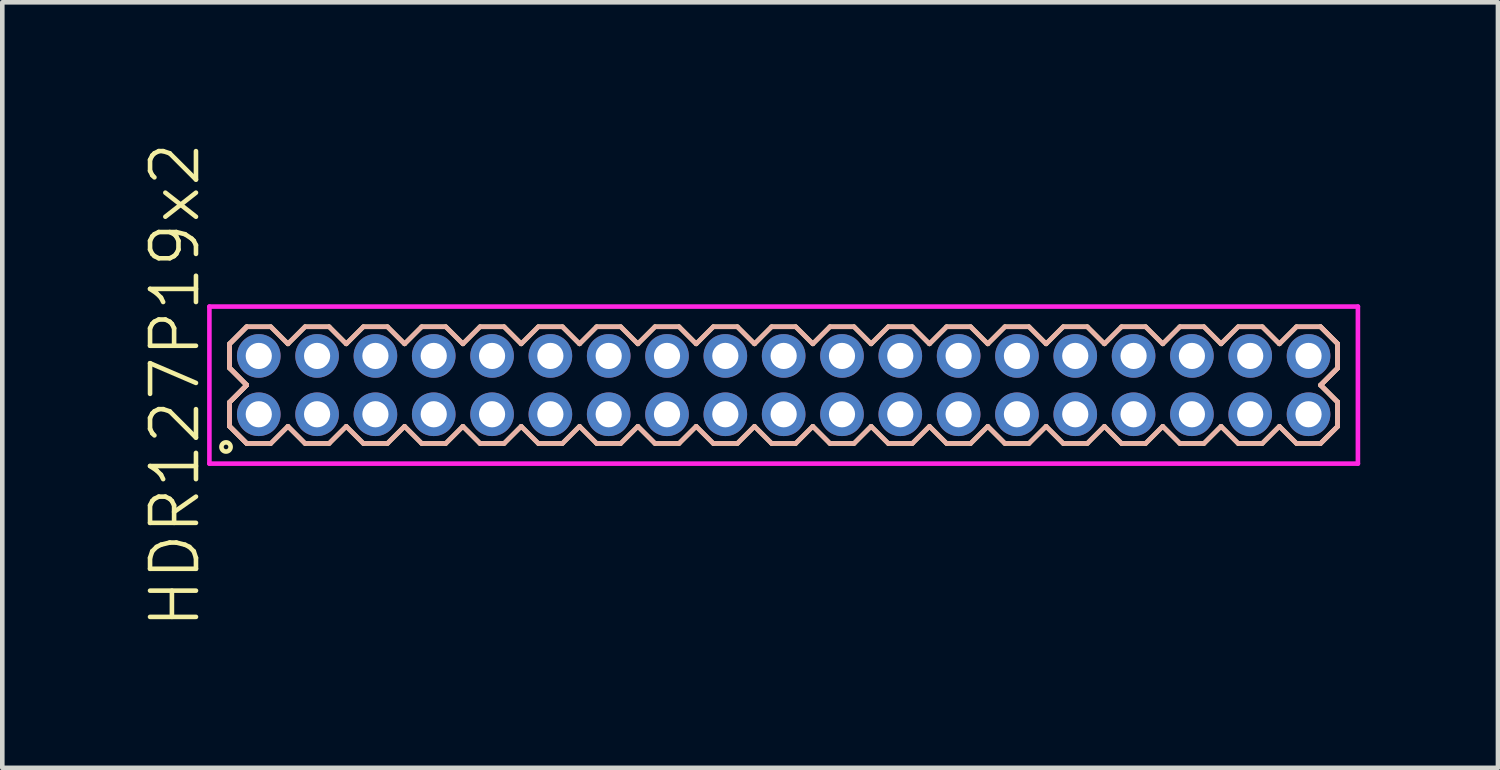
<source format=kicad_pcb>
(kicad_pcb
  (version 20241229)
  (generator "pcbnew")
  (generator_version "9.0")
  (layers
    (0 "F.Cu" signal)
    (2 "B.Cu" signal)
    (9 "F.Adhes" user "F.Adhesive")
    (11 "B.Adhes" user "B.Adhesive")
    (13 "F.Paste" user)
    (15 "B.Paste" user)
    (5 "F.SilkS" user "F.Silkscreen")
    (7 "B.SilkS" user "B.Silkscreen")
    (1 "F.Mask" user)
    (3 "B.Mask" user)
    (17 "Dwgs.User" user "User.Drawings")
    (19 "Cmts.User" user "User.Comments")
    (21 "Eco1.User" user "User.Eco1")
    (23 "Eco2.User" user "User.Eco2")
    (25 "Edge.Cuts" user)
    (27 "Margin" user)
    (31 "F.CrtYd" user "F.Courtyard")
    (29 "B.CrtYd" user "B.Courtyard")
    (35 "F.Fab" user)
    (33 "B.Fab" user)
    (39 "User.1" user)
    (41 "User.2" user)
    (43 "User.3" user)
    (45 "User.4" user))
  (footprint "HDR127P19x2"
    (layer "F.Cu")
    (at 14.015 5.336)
    (property "Reference" "HDR127P19x2" (at -13.255 0 90) (layer "F.SilkS") (effects (font (size 1 1) (thickness 0.1))))
    (attr through_hole)
    (fp_line (start -12.065 -0.898) (end -11.693 -1.27) (stroke (width 0.1) (type solid)) (layer "F.SilkS"))
    (fp_line (start -12.065 -0.898) (end -11.693 -1.27) (stroke (width 0.1) (type solid)) (layer "F.SilkS"))
    (fp_line (start -12.065 -0.372) (end -12.065 -0.898) (stroke (width 0.1) (type solid)) (layer "F.SilkS"))
    (fp_line (start -12.065 -0.372) (end -12.065 -0.898) (stroke (width 0.1) (type solid)) (layer "F.SilkS"))
    (fp_line (start -12.065 0.372) (end -11.693 0) (stroke (width 0.1) (type solid)) (layer "F.SilkS"))
    (fp_line (start -12.065 0.372) (end -11.693 0) (stroke (width 0.1) (type solid)) (layer "F.SilkS"))
    (fp_line (start -12.065 0.898) (end -12.065 0.372) (stroke (width 0.1) (type solid)) (layer "F.SilkS"))
    (fp_line (start -12.065 0.898) (end -12.065 0.372) (stroke (width 0.1) (type solid)) (layer "F.SilkS"))
    (fp_line (start -11.693 -1.27) (end -11.167 -1.27) (stroke (width 0.1) (type solid)) (layer "F.SilkS"))
    (fp_line (start -11.693 0) (end -12.065 -0.372) (stroke (width 0.1) (type solid)) (layer "F.SilkS"))
    (fp_line (start -11.693 0) (end -12.065 -0.372) (stroke (width 0.1) (type solid)) (layer "F.SilkS"))
    (fp_line (start -11.693 1.27) (end -12.065 0.898) (stroke (width 0.1) (type solid)) (layer "F.SilkS"))
    (fp_line (start -11.693 1.27) (end -12.065 0.898) (stroke (width 0.1) (type solid)) (layer "F.SilkS"))
    (fp_line (start -11.167 -1.27) (end -10.795 -0.898) (stroke (width 0.1) (type solid)) (layer "F.SilkS"))
    (fp_line (start -11.167 1.27) (end -11.693 1.27) (stroke (width 0.1) (type solid)) (layer "F.SilkS"))
    (fp_line (start -10.795 -0.898) (end -10.423 -1.27) (stroke (width 0.1) (type solid)) (layer "F.SilkS"))
    (fp_line (start -10.795 0.898) (end -11.167 1.27) (stroke (width 0.1) (type solid)) (layer "F.SilkS"))
    (fp_line (start -10.423 -1.27) (end -9.897 -1.27) (stroke (width 0.1) (type solid)) (layer "F.SilkS"))
    (fp_line (start -10.423 1.27) (end -10.795 0.898) (stroke (width 0.1) (type solid)) (layer "F.SilkS"))
    (fp_line (start -9.897 -1.27) (end -9.525 -0.898) (stroke (width 0.1) (type solid)) (layer "F.SilkS"))
    (fp_line (start -9.897 1.27) (end -10.423 1.27) (stroke (width 0.1) (type solid)) (layer "F.SilkS"))
    (fp_line (start -9.525 -0.898) (end -9.153 -1.27) (stroke (width 0.1) (type solid)) (layer "F.SilkS"))
    (fp_line (start -9.525 0.898) (end -9.897 1.27) (stroke (width 0.1) (type solid)) (layer "F.SilkS"))
    (fp_line (start -9.153 -1.27) (end -8.627 -1.27) (stroke (width 0.1) (type solid)) (layer "F.SilkS"))
    (fp_line (start -9.153 1.27) (end -9.525 0.898) (stroke (width 0.1) (type solid)) (layer "F.SilkS"))
    (fp_line (start -8.627 -1.27) (end -8.255 -0.898) (stroke (width 0.1) (type solid)) (layer "F.SilkS"))
    (fp_line (start -8.627 1.27) (end -9.153 1.27) (stroke (width 0.1) (type solid)) (layer "F.SilkS"))
    (fp_line (start -8.255 -0.898) (end -7.883 -1.27) (stroke (width 0.1) (type solid)) (layer "F.SilkS"))
    (fp_line (start -8.255 0.898) (end -8.627 1.27) (stroke (width 0.1) (type solid)) (layer "F.SilkS"))
    (fp_line (start -7.883 -1.27) (end -7.357 -1.27) (stroke (width 0.1) (type solid)) (layer "F.SilkS"))
    (fp_line (start -7.883 1.27) (end -8.255 0.898) (stroke (width 0.1) (type solid)) (layer "F.SilkS"))
    (fp_line (start -7.357 -1.27) (end -6.985 -0.898) (stroke (width 0.1) (type solid)) (layer "F.SilkS"))
    (fp_line (start -7.357 1.27) (end -7.883 1.27) (stroke (width 0.1) (type solid)) (layer "F.SilkS"))
    (fp_line (start -6.985 -0.898) (end -6.613 -1.27) (stroke (width 0.1) (type solid)) (layer "F.SilkS"))
    (fp_line (start -6.985 0.898) (end -7.357 1.27) (stroke (width 0.1) (type solid)) (layer "F.SilkS"))
    (fp_line (start -6.613 -1.27) (end -6.087 -1.27) (stroke (width 0.1) (type solid)) (layer "F.SilkS"))
    (fp_line (start -6.613 1.27) (end -6.985 0.898) (stroke (width 0.1) (type solid)) (layer "F.SilkS"))
    (fp_line (start -6.087 -1.27) (end -5.715 -0.898) (stroke (width 0.1) (type solid)) (layer "F.SilkS"))
    (fp_line (start -6.087 1.27) (end -6.613 1.27) (stroke (width 0.1) (type solid)) (layer "F.SilkS"))
    (fp_line (start -5.715 -0.898) (end -5.343 -1.27) (stroke (width 0.1) (type solid)) (layer "F.SilkS"))
    (fp_line (start -5.715 0.898) (end -6.087 1.27) (stroke (width 0.1) (type solid)) (layer "F.SilkS"))
    (fp_line (start -5.343 -1.27) (end -4.817 -1.27) (stroke (width 0.1) (type solid)) (layer "F.SilkS"))
    (fp_line (start -5.343 1.27) (end -5.715 0.898) (stroke (width 0.1) (type solid)) (layer "F.SilkS"))
    (fp_line (start -4.817 -1.27) (end -4.445 -0.898) (stroke (width 0.1) (type solid)) (layer "F.SilkS"))
    (fp_line (start -4.817 1.27) (end -5.343 1.27) (stroke (width 0.1) (type solid)) (layer "F.SilkS"))
    (fp_line (start -4.445 -0.898) (end -4.073 -1.27) (stroke (width 0.1) (type solid)) (layer "F.SilkS"))
    (fp_line (start -4.445 0.898) (end -4.817 1.27) (stroke (width 0.1) (type solid)) (layer "F.SilkS"))
    (fp_line (start -4.073 -1.27) (end -3.547 -1.27) (stroke (width 0.1) (type solid)) (layer "F.SilkS"))
    (fp_line (start -4.073 1.27) (end -4.445 0.898) (stroke (width 0.1) (type solid)) (layer "F.SilkS"))
    (fp_line (start -3.547 -1.27) (end -3.175 -0.898) (stroke (width 0.1) (type solid)) (layer "F.SilkS"))
    (fp_line (start -3.547 1.27) (end -4.073 1.27) (stroke (width 0.1) (type solid)) (layer "F.SilkS"))
    (fp_line (start -3.175 -0.898) (end -2.803 -1.27) (stroke (width 0.1) (type solid)) (layer "F.SilkS"))
    (fp_line (start -3.175 0.898) (end -3.547 1.27) (stroke (width 0.1) (type solid)) (layer "F.SilkS"))
    (fp_line (start -2.803 -1.27) (end -2.277 -1.27) (stroke (width 0.1) (type solid)) (layer "F.SilkS"))
    (fp_line (start -2.803 1.27) (end -3.175 0.898) (stroke (width 0.1) (type solid)) (layer "F.SilkS"))
    (fp_line (start -2.277 -1.27) (end -1.905 -0.898) (stroke (width 0.1) (type solid)) (layer "F.SilkS"))
    (fp_line (start -2.277 1.27) (end -2.803 1.27) (stroke (width 0.1) (type solid)) (layer "F.SilkS"))
    (fp_line (start -1.905 -0.898) (end -1.533 -1.27) (stroke (width 0.1) (type solid)) (layer "F.SilkS"))
    (fp_line (start -1.905 0.898) (end -2.277 1.27) (stroke (width 0.1) (type solid)) (layer "F.SilkS"))
    (fp_line (start -1.533 -1.27) (end -1.007 -1.27) (stroke (width 0.1) (type solid)) (layer "F.SilkS"))
    (fp_line (start -1.533 1.27) (end -1.905 0.898) (stroke (width 0.1) (type solid)) (layer "F.SilkS"))
    (fp_line (start -1.007 -1.27) (end -0.635 -0.898) (stroke (width 0.1) (type solid)) (layer "F.SilkS"))
    (fp_line (start -1.007 1.27) (end -1.533 1.27) (stroke (width 0.1) (type solid)) (layer "F.SilkS"))
    (fp_line (start -0.635 -0.898) (end -0.263 -1.27) (stroke (width 0.1) (type solid)) (layer "F.SilkS"))
    (fp_line (start -0.635 0.898) (end -1.007 1.27) (stroke (width 0.1) (type solid)) (layer "F.SilkS"))
    (fp_line (start -0.263 -1.27) (end 0.263 -1.27) (stroke (width 0.1) (type solid)) (layer "F.SilkS"))
    (fp_line (start -0.263 1.27) (end -0.635 0.898) (stroke (width 0.1) (type solid)) (layer "F.SilkS"))
    (fp_line (start 0.263 -1.27) (end 0.635 -0.898) (stroke (width 0.1) (type solid)) (layer "F.SilkS"))
    (fp_line (start 0.263 1.27) (end -0.263 1.27) (stroke (width 0.1) (type solid)) (layer "F.SilkS"))
    (fp_line (start 0.635 -0.898) (end 1.007 -1.27) (stroke (width 0.1) (type solid)) (layer "F.SilkS"))
    (fp_line (start 0.635 0.898) (end 0.263 1.27) (stroke (width 0.1) (type solid)) (layer "F.SilkS"))
    (fp_line (start 1.007 -1.27) (end 1.533 -1.27) (stroke (width 0.1) (type solid)) (layer "F.SilkS"))
    (fp_line (start 1.007 1.27) (end 0.635 0.898) (stroke (width 0.1) (type solid)) (layer "F.SilkS"))
    (fp_line (start 1.533 -1.27) (end 1.905 -0.898) (stroke (width 0.1) (type solid)) (layer "F.SilkS"))
    (fp_line (start 1.533 1.27) (end 1.007 1.27) (stroke (width 0.1) (type solid)) (layer "F.SilkS"))
    (fp_line (start 1.905 -0.898) (end 2.277 -1.27) (stroke (width 0.1) (type solid)) (layer "F.SilkS"))
    (fp_line (start 1.905 0.898) (end 1.533 1.27) (stroke (width 0.1) (type solid)) (layer "F.SilkS"))
    (fp_line (start 2.277 -1.27) (end 2.803 -1.27) (stroke (width 0.1) (type solid)) (layer "F.SilkS"))
    (fp_line (start 2.277 1.27) (end 1.905 0.898) (stroke (width 0.1) (type solid)) (layer "F.SilkS"))
    (fp_line (start 2.803 -1.27) (end 3.175 -0.898) (stroke (width 0.1) (type solid)) (layer "F.SilkS"))
    (fp_line (start 2.803 1.27) (end 2.277 1.27) (stroke (width 0.1) (type solid)) (layer "F.SilkS"))
    (fp_line (start 3.175 -0.898) (end 3.547 -1.27) (stroke (width 0.1) (type solid)) (layer "F.SilkS"))
    (fp_line (start 3.175 0.898) (end 2.803 1.27) (stroke (width 0.1) (type solid)) (layer "F.SilkS"))
    (fp_line (start 3.547 -1.27) (end 4.073 -1.27) (stroke (width 0.1) (type solid)) (layer "F.SilkS"))
    (fp_line (start 3.547 1.27) (end 3.175 0.898) (stroke (width 0.1) (type solid)) (layer "F.SilkS"))
    (fp_line (start 4.073 -1.27) (end 4.445 -0.898) (stroke (width 0.1) (type solid)) (layer "F.SilkS"))
    (fp_line (start 4.073 1.27) (end 3.547 1.27) (stroke (width 0.1) (type solid)) (layer "F.SilkS"))
    (fp_line (start 4.445 -0.898) (end 4.817 -1.27) (stroke (width 0.1) (type solid)) (layer "F.SilkS"))
    (fp_line (start 4.445 0.898) (end 4.073 1.27) (stroke (width 0.1) (type solid)) (layer "F.SilkS"))
    (fp_line (start 4.817 -1.27) (end 5.343 -1.27) (stroke (width 0.1) (type solid)) (layer "F.SilkS"))
    (fp_line (start 4.817 1.27) (end 4.445 0.898) (stroke (width 0.1) (type solid)) (layer "F.SilkS"))
    (fp_line (start 5.343 -1.27) (end 5.715 -0.898) (stroke (width 0.1) (type solid)) (layer "F.SilkS"))
    (fp_line (start 5.343 1.27) (end 4.817 1.27) (stroke (width 0.1) (type solid)) (layer "F.SilkS"))
    (fp_line (start 5.715 -0.898) (end 6.087 -1.27) (stroke (width 0.1) (type solid)) (layer "F.SilkS"))
    (fp_line (start 5.715 0.898) (end 5.343 1.27) (stroke (width 0.1) (type solid)) (layer "F.SilkS"))
    (fp_line (start 6.087 -1.27) (end 6.613 -1.27) (stroke (width 0.1) (type solid)) (layer "F.SilkS"))
    (fp_line (start 6.087 1.27) (end 5.715 0.898) (stroke (width 0.1) (type solid)) (layer "F.SilkS"))
    (fp_line (start 6.613 -1.27) (end 6.985 -0.898) (stroke (width 0.1) (type solid)) (layer "F.SilkS"))
    (fp_line (start 6.613 1.27) (end 6.087 1.27) (stroke (width 0.1) (type solid)) (layer "F.SilkS"))
    (fp_line (start 6.985 -0.898) (end 7.357 -1.27) (stroke (width 0.1) (type solid)) (layer "F.SilkS"))
    (fp_line (start 6.985 0.898) (end 6.613 1.27) (stroke (width 0.1) (type solid)) (layer "F.SilkS"))
    (fp_line (start 7.357 -1.27) (end 7.883 -1.27) (stroke (width 0.1) (type solid)) (layer "F.SilkS"))
    (fp_line (start 7.357 1.27) (end 6.985 0.898) (stroke (width 0.1) (type solid)) (layer "F.SilkS"))
    (fp_line (start 7.883 -1.27) (end 8.255 -0.898) (stroke (width 0.1) (type solid)) (layer "F.SilkS"))
    (fp_line (start 7.883 1.27) (end 7.357 1.27) (stroke (width 0.1) (type solid)) (layer "F.SilkS"))
    (fp_line (start 8.255 -0.898) (end 8.627 -1.27) (stroke (width 0.1) (type solid)) (layer "F.SilkS"))
    (fp_line (start 8.255 0.898) (end 7.883 1.27) (stroke (width 0.1) (type solid)) (layer "F.SilkS"))
    (fp_line (start 8.627 -1.27) (end 9.153 -1.27) (stroke (width 0.1) (type solid)) (layer "F.SilkS"))
    (fp_line (start 8.627 1.27) (end 8.255 0.898) (stroke (width 0.1) (type solid)) (layer "F.SilkS"))
    (fp_line (start 9.153 -1.27) (end 9.525 -0.898) (stroke (width 0.1) (type solid)) (layer "F.SilkS"))
    (fp_line (start 9.153 1.27) (end 8.627 1.27) (stroke (width 0.1) (type solid)) (layer "F.SilkS"))
    (fp_line (start 9.525 -0.898) (end 9.897 -1.27) (stroke (width 0.1) (type solid)) (layer "F.SilkS"))
    (fp_line (start 9.525 0.898) (end 9.153 1.27) (stroke (width 0.1) (type solid)) (layer "F.SilkS"))
    (fp_line (start 9.897 -1.27) (end 10.423 -1.27) (stroke (width 0.1) (type solid)) (layer "F.SilkS"))
    (fp_line (start 9.897 1.27) (end 9.525 0.898) (stroke (width 0.1) (type solid)) (layer "F.SilkS"))
    (fp_line (start 10.423 -1.27) (end 10.795 -0.898) (stroke (width 0.1) (type solid)) (layer "F.SilkS"))
    (fp_line (start 10.423 1.27) (end 9.897 1.27) (stroke (width 0.1) (type solid)) (layer "F.SilkS"))
    (fp_line (start 10.795 -0.898) (end 11.167 -1.27) (stroke (width 0.1) (type solid)) (layer "F.SilkS"))
    (fp_line (start 10.795 0.898) (end 10.423 1.27) (stroke (width 0.1) (type solid)) (layer "F.SilkS"))
    (fp_line (start 11.167 -1.27) (end 11.693 -1.27) (stroke (width 0.1) (type solid)) (layer "F.SilkS"))
    (fp_line (start 11.167 1.27) (end 10.795 0.898) (stroke (width 0.1) (type solid)) (layer "F.SilkS"))
    (fp_line (start 11.693 -1.27) (end 12.065 -0.898) (stroke (width 0.1) (type solid)) (layer "F.SilkS"))
    (fp_line (start 11.693 -1.27) (end 12.065 -0.898) (stroke (width 0.1) (type solid)) (layer "F.SilkS"))
    (fp_line (start 11.693 0) (end 12.065 0.372) (stroke (width 0.1) (type solid)) (layer "F.SilkS"))
    (fp_line (start 11.693 0) (end 12.065 0.372) (stroke (width 0.1) (type solid)) (layer "F.SilkS"))
    (fp_line (start 11.693 1.27) (end 11.167 1.27) (stroke (width 0.1) (type solid)) (layer "F.SilkS"))
    (fp_line (start 12.065 -0.898) (end 12.065 -0.372) (stroke (width 0.1) (type solid)) (layer "F.SilkS"))
    (fp_line (start 12.065 -0.898) (end 12.065 -0.372) (stroke (width 0.1) (type solid)) (layer "F.SilkS"))
    (fp_line (start 12.065 -0.372) (end 11.693 0) (stroke (width 0.1) (type solid)) (layer "F.SilkS"))
    (fp_line (start 12.065 -0.372) (end 11.693 0) (stroke (width 0.1) (type solid)) (layer "F.SilkS"))
    (fp_line (start 12.065 0.372) (end 12.065 0.898) (stroke (width 0.1) (type solid)) (layer "F.SilkS"))
    (fp_line (start 12.065 0.372) (end 12.065 0.898) (stroke (width 0.1) (type solid)) (layer "F.SilkS"))
    (fp_line (start 12.065 0.898) (end 11.693 1.27) (stroke (width 0.1) (type solid)) (layer "F.SilkS"))
    (fp_line (start 12.065 0.898) (end 11.693 1.27) (stroke (width 0.1) (type solid)) (layer "F.SilkS"))
    (fp_circle (center -12.143 1.347) (end -12.043 1.347) (stroke (width 0.1) (type solid)) (fill no) (layer "F.SilkS"))
    (fp_line (start -12.065 -0.898) (end -11.693 -1.27) (stroke (width 0.1) (type solid)) (layer "B.SilkS"))
    (fp_line (start -12.065 -0.898) (end -11.693 -1.27) (stroke (width 0.1) (type solid)) (layer "B.SilkS"))
    (fp_line (start -12.065 -0.372) (end -12.065 -0.898) (stroke (width 0.1) (type solid)) (layer "B.SilkS"))
    (fp_line (start -12.065 -0.372) (end -12.065 -0.898) (stroke (width 0.1) (type solid)) (layer "B.SilkS"))
    (fp_line (start -12.065 0.372) (end -11.693 0) (stroke (width 0.1) (type solid)) (layer "B.SilkS"))
    (fp_line (start -12.065 0.372) (end -11.693 0) (stroke (width 0.1) (type solid)) (layer "B.SilkS"))
    (fp_line (start -12.065 0.898) (end -12.065 0.372) (stroke (width 0.1) (type solid)) (layer "B.SilkS"))
    (fp_line (start -12.065 0.898) (end -12.065 0.372) (stroke (width 0.1) (type solid)) (layer "B.SilkS"))
    (fp_line (start -11.693 -1.27) (end -11.167 -1.27) (stroke (width 0.1) (type solid)) (layer "B.SilkS"))
    (fp_line (start -11.693 0) (end -12.065 -0.372) (stroke (width 0.1) (type solid)) (layer "B.SilkS"))
    (fp_line (start -11.693 0) (end -12.065 -0.372) (stroke (width 0.1) (type solid)) (layer "B.SilkS"))
    (fp_line (start -11.693 1.27) (end -12.065 0.898) (stroke (width 0.1) (type solid)) (layer "B.SilkS"))
    (fp_line (start -11.693 1.27) (end -12.065 0.898) (stroke (width 0.1) (type solid)) (layer "B.SilkS"))
    (fp_line (start -11.167 -1.27) (end -10.795 -0.898) (stroke (width 0.1) (type solid)) (layer "B.SilkS"))
    (fp_line (start -11.167 1.27) (end -11.693 1.27) (stroke (width 0.1) (type solid)) (layer "B.SilkS"))
    (fp_line (start -10.795 -0.898) (end -10.423 -1.27) (stroke (width 0.1) (type solid)) (layer "B.SilkS"))
    (fp_line (start -10.795 0.898) (end -11.167 1.27) (stroke (width 0.1) (type solid)) (layer "B.SilkS"))
    (fp_line (start -10.423 -1.27) (end -9.897 -1.27) (stroke (width 0.1) (type solid)) (layer "B.SilkS"))
    (fp_line (start -10.423 1.27) (end -10.795 0.898) (stroke (width 0.1) (type solid)) (layer "B.SilkS"))
    (fp_line (start -9.897 -1.27) (end -9.525 -0.898) (stroke (width 0.1) (type solid)) (layer "B.SilkS"))
    (fp_line (start -9.897 1.27) (end -10.423 1.27) (stroke (width 0.1) (type solid)) (layer "B.SilkS"))
    (fp_line (start -9.525 -0.898) (end -9.153 -1.27) (stroke (width 0.1) (type solid)) (layer "B.SilkS"))
    (fp_line (start -9.525 0.898) (end -9.897 1.27) (stroke (width 0.1) (type solid)) (layer "B.SilkS"))
    (fp_line (start -9.153 -1.27) (end -8.627 -1.27) (stroke (width 0.1) (type solid)) (layer "B.SilkS"))
    (fp_line (start -9.153 1.27) (end -9.525 0.898) (stroke (width 0.1) (type solid)) (layer "B.SilkS"))
    (fp_line (start -8.627 -1.27) (end -8.255 -0.898) (stroke (width 0.1) (type solid)) (layer "B.SilkS"))
    (fp_line (start -8.627 1.27) (end -9.153 1.27) (stroke (width 0.1) (type solid)) (layer "B.SilkS"))
    (fp_line (start -8.255 -0.898) (end -7.883 -1.27) (stroke (width 0.1) (type solid)) (layer "B.SilkS"))
    (fp_line (start -8.255 0.898) (end -8.627 1.27) (stroke (width 0.1) (type solid)) (layer "B.SilkS"))
    (fp_line (start -7.883 -1.27) (end -7.357 -1.27) (stroke (width 0.1) (type solid)) (layer "B.SilkS"))
    (fp_line (start -7.883 1.27) (end -8.255 0.898) (stroke (width 0.1) (type solid)) (layer "B.SilkS"))
    (fp_line (start -7.357 -1.27) (end -6.985 -0.898) (stroke (width 0.1) (type solid)) (layer "B.SilkS"))
    (fp_line (start -7.357 1.27) (end -7.883 1.27) (stroke (width 0.1) (type solid)) (layer "B.SilkS"))
    (fp_line (start -6.985 -0.898) (end -6.613 -1.27) (stroke (width 0.1) (type solid)) (layer "B.SilkS"))
    (fp_line (start -6.985 0.898) (end -7.357 1.27) (stroke (width 0.1) (type solid)) (layer "B.SilkS"))
    (fp_line (start -6.613 -1.27) (end -6.087 -1.27) (stroke (width 0.1) (type solid)) (layer "B.SilkS"))
    (fp_line (start -6.613 1.27) (end -6.985 0.898) (stroke (width 0.1) (type solid)) (layer "B.SilkS"))
    (fp_line (start -6.087 -1.27) (end -5.715 -0.898) (stroke (width 0.1) (type solid)) (layer "B.SilkS"))
    (fp_line (start -6.087 1.27) (end -6.613 1.27) (stroke (width 0.1) (type solid)) (layer "B.SilkS"))
    (fp_line (start -5.715 -0.898) (end -5.343 -1.27) (stroke (width 0.1) (type solid)) (layer "B.SilkS"))
    (fp_line (start -5.715 0.898) (end -6.087 1.27) (stroke (width 0.1) (type solid)) (layer "B.SilkS"))
    (fp_line (start -5.343 -1.27) (end -4.817 -1.27) (stroke (width 0.1) (type solid)) (layer "B.SilkS"))
    (fp_line (start -5.343 1.27) (end -5.715 0.898) (stroke (width 0.1) (type solid)) (layer "B.SilkS"))
    (fp_line (start -4.817 -1.27) (end -4.445 -0.898) (stroke (width 0.1) (type solid)) (layer "B.SilkS"))
    (fp_line (start -4.817 1.27) (end -5.343 1.27) (stroke (width 0.1) (type solid)) (layer "B.SilkS"))
    (fp_line (start -4.445 -0.898) (end -4.073 -1.27) (stroke (width 0.1) (type solid)) (layer "B.SilkS"))
    (fp_line (start -4.445 0.898) (end -4.817 1.27) (stroke (width 0.1) (type solid)) (layer "B.SilkS"))
    (fp_line (start -4.073 -1.27) (end -3.547 -1.27) (stroke (width 0.1) (type solid)) (layer "B.SilkS"))
    (fp_line (start -4.073 1.27) (end -4.445 0.898) (stroke (width 0.1) (type solid)) (layer "B.SilkS"))
    (fp_line (start -3.547 -1.27) (end -3.175 -0.898) (stroke (width 0.1) (type solid)) (layer "B.SilkS"))
    (fp_line (start -3.547 1.27) (end -4.073 1.27) (stroke (width 0.1) (type solid)) (layer "B.SilkS"))
    (fp_line (start -3.175 -0.898) (end -2.803 -1.27) (stroke (width 0.1) (type solid)) (layer "B.SilkS"))
    (fp_line (start -3.175 0.898) (end -3.547 1.27) (stroke (width 0.1) (type solid)) (layer "B.SilkS"))
    (fp_line (start -2.803 -1.27) (end -2.277 -1.27) (stroke (width 0.1) (type solid)) (layer "B.SilkS"))
    (fp_line (start -2.803 1.27) (end -3.175 0.898) (stroke (width 0.1) (type solid)) (layer "B.SilkS"))
    (fp_line (start -2.277 -1.27) (end -1.905 -0.898) (stroke (width 0.1) (type solid)) (layer "B.SilkS"))
    (fp_line (start -2.277 1.27) (end -2.803 1.27) (stroke (width 0.1) (type solid)) (layer "B.SilkS"))
    (fp_line (start -1.905 -0.898) (end -1.533 -1.27) (stroke (width 0.1) (type solid)) (layer "B.SilkS"))
    (fp_line (start -1.905 0.898) (end -2.277 1.27) (stroke (width 0.1) (type solid)) (layer "B.SilkS"))
    (fp_line (start -1.533 -1.27) (end -1.007 -1.27) (stroke (width 0.1) (type solid)) (layer "B.SilkS"))
    (fp_line (start -1.533 1.27) (end -1.905 0.898) (stroke (width 0.1) (type solid)) (layer "B.SilkS"))
    (fp_line (start -1.007 -1.27) (end -0.635 -0.898) (stroke (width 0.1) (type solid)) (layer "B.SilkS"))
    (fp_line (start -1.007 1.27) (end -1.533 1.27) (stroke (width 0.1) (type solid)) (layer "B.SilkS"))
    (fp_line (start -0.635 -0.898) (end -0.263 -1.27) (stroke (width 0.1) (type solid)) (layer "B.SilkS"))
    (fp_line (start -0.635 0.898) (end -1.007 1.27) (stroke (width 0.1) (type solid)) (layer "B.SilkS"))
    (fp_line (start -0.263 -1.27) (end 0.263 -1.27) (stroke (width 0.1) (type solid)) (layer "B.SilkS"))
    (fp_line (start -0.263 1.27) (end -0.635 0.898) (stroke (width 0.1) (type solid)) (layer "B.SilkS"))
    (fp_line (start 0.263 -1.27) (end 0.635 -0.898) (stroke (width 0.1) (type solid)) (layer "B.SilkS"))
    (fp_line (start 0.263 1.27) (end -0.263 1.27) (stroke (width 0.1) (type solid)) (layer "B.SilkS"))
    (fp_line (start 0.635 -0.898) (end 1.007 -1.27) (stroke (width 0.1) (type solid)) (layer "B.SilkS"))
    (fp_line (start 0.635 0.898) (end 0.263 1.27) (stroke (width 0.1) (type solid)) (layer "B.SilkS"))
    (fp_line (start 1.007 -1.27) (end 1.533 -1.27) (stroke (width 0.1) (type solid)) (layer "B.SilkS"))
    (fp_line (start 1.007 1.27) (end 0.635 0.898) (stroke (width 0.1) (type solid)) (layer "B.SilkS"))
    (fp_line (start 1.533 -1.27) (end 1.905 -0.898) (stroke (width 0.1) (type solid)) (layer "B.SilkS"))
    (fp_line (start 1.533 1.27) (end 1.007 1.27) (stroke (width 0.1) (type solid)) (layer "B.SilkS"))
    (fp_line (start 1.905 -0.898) (end 2.277 -1.27) (stroke (width 0.1) (type solid)) (layer "B.SilkS"))
    (fp_line (start 1.905 0.898) (end 1.533 1.27) (stroke (width 0.1) (type solid)) (layer "B.SilkS"))
    (fp_line (start 2.277 -1.27) (end 2.803 -1.27) (stroke (width 0.1) (type solid)) (layer "B.SilkS"))
    (fp_line (start 2.277 1.27) (end 1.905 0.898) (stroke (width 0.1) (type solid)) (layer "B.SilkS"))
    (fp_line (start 2.803 -1.27) (end 3.175 -0.898) (stroke (width 0.1) (type solid)) (layer "B.SilkS"))
    (fp_line (start 2.803 1.27) (end 2.277 1.27) (stroke (width 0.1) (type solid)) (layer "B.SilkS"))
    (fp_line (start 3.175 -0.898) (end 3.547 -1.27) (stroke (width 0.1) (type solid)) (layer "B.SilkS"))
    (fp_line (start 3.175 0.898) (end 2.803 1.27) (stroke (width 0.1) (type solid)) (layer "B.SilkS"))
    (fp_line (start 3.547 -1.27) (end 4.073 -1.27) (stroke (width 0.1) (type solid)) (layer "B.SilkS"))
    (fp_line (start 3.547 1.27) (end 3.175 0.898) (stroke (width 0.1) (type solid)) (layer "B.SilkS"))
    (fp_line (start 4.073 -1.27) (end 4.445 -0.898) (stroke (width 0.1) (type solid)) (layer "B.SilkS"))
    (fp_line (start 4.073 1.27) (end 3.547 1.27) (stroke (width 0.1) (type solid)) (layer "B.SilkS"))
    (fp_line (start 4.445 -0.898) (end 4.817 -1.27) (stroke (width 0.1) (type solid)) (layer "B.SilkS"))
    (fp_line (start 4.445 0.898) (end 4.073 1.27) (stroke (width 0.1) (type solid)) (layer "B.SilkS"))
    (fp_line (start 4.817 -1.27) (end 5.343 -1.27) (stroke (width 0.1) (type solid)) (layer "B.SilkS"))
    (fp_line (start 4.817 1.27) (end 4.445 0.898) (stroke (width 0.1) (type solid)) (layer "B.SilkS"))
    (fp_line (start 5.343 -1.27) (end 5.715 -0.898) (stroke (width 0.1) (type solid)) (layer "B.SilkS"))
    (fp_line (start 5.343 1.27) (end 4.817 1.27) (stroke (width 0.1) (type solid)) (layer "B.SilkS"))
    (fp_line (start 5.715 -0.898) (end 6.087 -1.27) (stroke (width 0.1) (type solid)) (layer "B.SilkS"))
    (fp_line (start 5.715 0.898) (end 5.343 1.27) (stroke (width 0.1) (type solid)) (layer "B.SilkS"))
    (fp_line (start 6.087 -1.27) (end 6.613 -1.27) (stroke (width 0.1) (type solid)) (layer "B.SilkS"))
    (fp_line (start 6.087 1.27) (end 5.715 0.898) (stroke (width 0.1) (type solid)) (layer "B.SilkS"))
    (fp_line (start 6.613 -1.27) (end 6.985 -0.898) (stroke (width 0.1) (type solid)) (layer "B.SilkS"))
    (fp_line (start 6.613 1.27) (end 6.087 1.27) (stroke (width 0.1) (type solid)) (layer "B.SilkS"))
    (fp_line (start 6.985 -0.898) (end 7.357 -1.27) (stroke (width 0.1) (type solid)) (layer "B.SilkS"))
    (fp_line (start 6.985 0.898) (end 6.613 1.27) (stroke (width 0.1) (type solid)) (layer "B.SilkS"))
    (fp_line (start 7.357 -1.27) (end 7.883 -1.27) (stroke (width 0.1) (type solid)) (layer "B.SilkS"))
    (fp_line (start 7.357 1.27) (end 6.985 0.898) (stroke (width 0.1) (type solid)) (layer "B.SilkS"))
    (fp_line (start 7.883 -1.27) (end 8.255 -0.898) (stroke (width 0.1) (type solid)) (layer "B.SilkS"))
    (fp_line (start 7.883 1.27) (end 7.357 1.27) (stroke (width 0.1) (type solid)) (layer "B.SilkS"))
    (fp_line (start 8.255 -0.898) (end 8.627 -1.27) (stroke (width 0.1) (type solid)) (layer "B.SilkS"))
    (fp_line (start 8.255 0.898) (end 7.883 1.27) (stroke (width 0.1) (type solid)) (layer "B.SilkS"))
    (fp_line (start 8.627 -1.27) (end 9.153 -1.27) (stroke (width 0.1) (type solid)) (layer "B.SilkS"))
    (fp_line (start 8.627 1.27) (end 8.255 0.898) (stroke (width 0.1) (type solid)) (layer "B.SilkS"))
    (fp_line (start 9.153 -1.27) (end 9.525 -0.898) (stroke (width 0.1) (type solid)) (layer "B.SilkS"))
    (fp_line (start 9.153 1.27) (end 8.627 1.27) (stroke (width 0.1) (type solid)) (layer "B.SilkS"))
    (fp_line (start 9.525 -0.898) (end 9.897 -1.27) (stroke (width 0.1) (type solid)) (layer "B.SilkS"))
    (fp_line (start 9.525 0.898) (end 9.153 1.27) (stroke (width 0.1) (type solid)) (layer "B.SilkS"))
    (fp_line (start 9.897 -1.27) (end 10.423 -1.27) (stroke (width 0.1) (type solid)) (layer "B.SilkS"))
    (fp_line (start 9.897 1.27) (end 9.525 0.898) (stroke (width 0.1) (type solid)) (layer "B.SilkS"))
    (fp_line (start 10.423 -1.27) (end 10.795 -0.898) (stroke (width 0.1) (type solid)) (layer "B.SilkS"))
    (fp_line (start 10.423 1.27) (end 9.897 1.27) (stroke (width 0.1) (type solid)) (layer "B.SilkS"))
    (fp_line (start 10.795 -0.898) (end 11.167 -1.27) (stroke (width 0.1) (type solid)) (layer "B.SilkS"))
    (fp_line (start 10.795 0.898) (end 10.423 1.27) (stroke (width 0.1) (type solid)) (layer "B.SilkS"))
    (fp_line (start 11.167 -1.27) (end 11.693 -1.27) (stroke (width 0.1) (type solid)) (layer "B.SilkS"))
    (fp_line (start 11.167 1.27) (end 10.795 0.898) (stroke (width 0.1) (type solid)) (layer "B.SilkS"))
    (fp_line (start 11.693 -1.27) (end 12.065 -0.898) (stroke (width 0.1) (type solid)) (layer "B.SilkS"))
    (fp_line (start 11.693 -1.27) (end 12.065 -0.898) (stroke (width 0.1) (type solid)) (layer "B.SilkS"))
    (fp_line (start 11.693 0) (end 12.065 0.372) (stroke (width 0.1) (type solid)) (layer "B.SilkS"))
    (fp_line (start 11.693 0) (end 12.065 0.372) (stroke (width 0.1) (type solid)) (layer "B.SilkS"))
    (fp_line (start 11.693 1.27) (end 11.167 1.27) (stroke (width 0.1) (type solid)) (layer "B.SilkS"))
    (fp_line (start 12.065 -0.898) (end 12.065 -0.372) (stroke (width 0.1) (type solid)) (layer "B.SilkS"))
    (fp_line (start 12.065 -0.898) (end 12.065 -0.372) (stroke (width 0.1) (type solid)) (layer "B.SilkS"))
    (fp_line (start 12.065 -0.372) (end 11.693 0) (stroke (width 0.1) (type solid)) (layer "B.SilkS"))
    (fp_line (start 12.065 -0.372) (end 11.693 0) (stroke (width 0.1) (type solid)) (layer "B.SilkS"))
    (fp_line (start 12.065 0.372) (end 12.065 0.898) (stroke (width 0.1) (type solid)) (layer "B.SilkS"))
    (fp_line (start 12.065 0.372) (end 12.065 0.898) (stroke (width 0.1) (type solid)) (layer "B.SilkS"))
    (fp_line (start 12.065 0.898) (end 11.693 1.27) (stroke (width 0.1) (type solid)) (layer "B.SilkS"))
    (fp_line (start 12.065 0.898) (end 11.693 1.27) (stroke (width 0.1) (type solid)) (layer "B.SilkS"))
    (fp_line (start -12.505 -1.71) (end -12.505 1.71) (stroke (width 0.1) (type solid)) (layer "F.CrtYd"))
    (fp_line (start -12.505 1.71) (end 12.505 1.71) (stroke (width 0.1) (type solid)) (layer "F.CrtYd"))
    (fp_line (start 12.505 -1.71) (end -12.505 -1.71) (stroke (width 0.1) (type solid)) (layer "F.CrtYd"))
    (fp_line (start 12.505 1.71) (end 12.505 -1.71) (stroke (width 0.1) (type solid)) (layer "F.CrtYd"))
    (pad "1" thru_hole oval (at -11.43 0.635) (size 0.95 0.95) (drill 0.57) (layers "*.Cu" "*.Mask"))
    (pad "2" thru_hole oval (at -11.43 -0.635) (size 0.95 0.95) (drill 0.57) (layers "*.Cu" "*.Mask"))
    (pad "3" thru_hole oval (at -10.16 0.635) (size 0.95 0.95) (drill 0.57) (layers "*.Cu" "*.Mask"))
    (pad "4" thru_hole oval (at -10.16 -0.635) (size 0.95 0.95) (drill 0.57) (layers "*.Cu" "*.Mask"))
    (pad "5" thru_hole oval (at -8.89 0.635) (size 0.95 0.95) (drill 0.57) (layers "*.Cu" "*.Mask"))
    (pad "6" thru_hole oval (at -8.89 -0.635) (size 0.95 0.95) (drill 0.57) (layers "*.Cu" "*.Mask"))
    (pad "7" thru_hole oval (at -7.62 0.635) (size 0.95 0.95) (drill 0.57) (layers "*.Cu" "*.Mask"))
    (pad "8" thru_hole oval (at -7.62 -0.635) (size 0.95 0.95) (drill 0.57) (layers "*.Cu" "*.Mask"))
    (pad "9" thru_hole oval (at -6.35 0.635) (size 0.95 0.95) (drill 0.57) (layers "*.Cu" "*.Mask"))
    (pad "10" thru_hole oval (at -6.35 -0.635) (size 0.95 0.95) (drill 0.57) (layers "*.Cu" "*.Mask"))
    (pad "11" thru_hole oval (at -5.08 0.635) (size 0.95 0.95) (drill 0.57) (layers "*.Cu" "*.Mask"))
    (pad "12" thru_hole oval (at -5.08 -0.635) (size 0.95 0.95) (drill 0.57) (layers "*.Cu" "*.Mask"))
    (pad "13" thru_hole oval (at -3.81 0.635) (size 0.95 0.95) (drill 0.57) (layers "*.Cu" "*.Mask"))
    (pad "14" thru_hole oval (at -3.81 -0.635) (size 0.95 0.95) (drill 0.57) (layers "*.Cu" "*.Mask"))
    (pad "15" thru_hole oval (at -2.54 0.635) (size 0.95 0.95) (drill 0.57) (layers "*.Cu" "*.Mask"))
    (pad "16" thru_hole oval (at -2.54 -0.635) (size 0.95 0.95) (drill 0.57) (layers "*.Cu" "*.Mask"))
    (pad "17" thru_hole oval (at -1.27 0.635) (size 0.95 0.95) (drill 0.57) (layers "*.Cu" "*.Mask"))
    (pad "18" thru_hole oval (at -1.27 -0.635) (size 0.95 0.95) (drill 0.57) (layers "*.Cu" "*.Mask"))
    (pad "19" thru_hole oval (at 0 0.635) (size 0.95 0.95) (drill 0.57) (layers "*.Cu" "*.Mask"))
    (pad "20" thru_hole oval (at 0 -0.635) (size 0.95 0.95) (drill 0.57) (layers "*.Cu" "*.Mask"))
    (pad "21" thru_hole oval (at 1.27 0.635) (size 0.95 0.95) (drill 0.57) (layers "*.Cu" "*.Mask"))
    (pad "22" thru_hole oval (at 1.27 -0.635) (size 0.95 0.95) (drill 0.57) (layers "*.Cu" "*.Mask"))
    (pad "23" thru_hole oval (at 2.54 0.635) (size 0.95 0.95) (drill 0.57) (layers "*.Cu" "*.Mask"))
    (pad "24" thru_hole oval (at 2.54 -0.635) (size 0.95 0.95) (drill 0.57) (layers "*.Cu" "*.Mask"))
    (pad "25" thru_hole oval (at 3.81 0.635) (size 0.95 0.95) (drill 0.57) (layers "*.Cu" "*.Mask"))
    (pad "26" thru_hole oval (at 3.81 -0.635) (size 0.95 0.95) (drill 0.57) (layers "*.Cu" "*.Mask"))
    (pad "27" thru_hole oval (at 5.08 0.635) (size 0.95 0.95) (drill 0.57) (layers "*.Cu" "*.Mask"))
    (pad "28" thru_hole oval (at 5.08 -0.635) (size 0.95 0.95) (drill 0.57) (layers "*.Cu" "*.Mask"))
    (pad "29" thru_hole oval (at 6.35 0.635) (size 0.95 0.95) (drill 0.57) (layers "*.Cu" "*.Mask"))
    (pad "30" thru_hole oval (at 6.35 -0.635) (size 0.95 0.95) (drill 0.57) (layers "*.Cu" "*.Mask"))
    (pad "31" thru_hole oval (at 7.62 0.635) (size 0.95 0.95) (drill 0.57) (layers "*.Cu" "*.Mask"))
    (pad "32" thru_hole oval (at 7.62 -0.635) (size 0.95 0.95) (drill 0.57) (layers "*.Cu" "*.Mask"))
    (pad "33" thru_hole oval (at 8.89 0.635) (size 0.95 0.95) (drill 0.57) (layers "*.Cu" "*.Mask"))
    (pad "34" thru_hole oval (at 8.89 -0.635) (size 0.95 0.95) (drill 0.57) (layers "*.Cu" "*.Mask"))
    (pad "35" thru_hole oval (at 10.16 0.635) (size 0.95 0.95) (drill 0.57) (layers "*.Cu" "*.Mask"))
    (pad "36" thru_hole oval (at 10.16 -0.635) (size 0.95 0.95) (drill 0.57) (layers "*.Cu" "*.Mask"))
    (pad "37" thru_hole oval (at 11.43 0.635) (size 0.95 0.95) (drill 0.57) (layers "*.Cu" "*.Mask"))
    (pad "38" thru_hole oval (at 11.43 -0.635) (size 0.95 0.95) (drill 0.57) (layers "*.Cu" "*.Mask")))
  (gr_rect
    (start -3 -3)
    (end 29.57 13.671)
    (stroke (width 0.1) (type default))
    (fill no)
    (layer "Edge.Cuts")))
</source>
